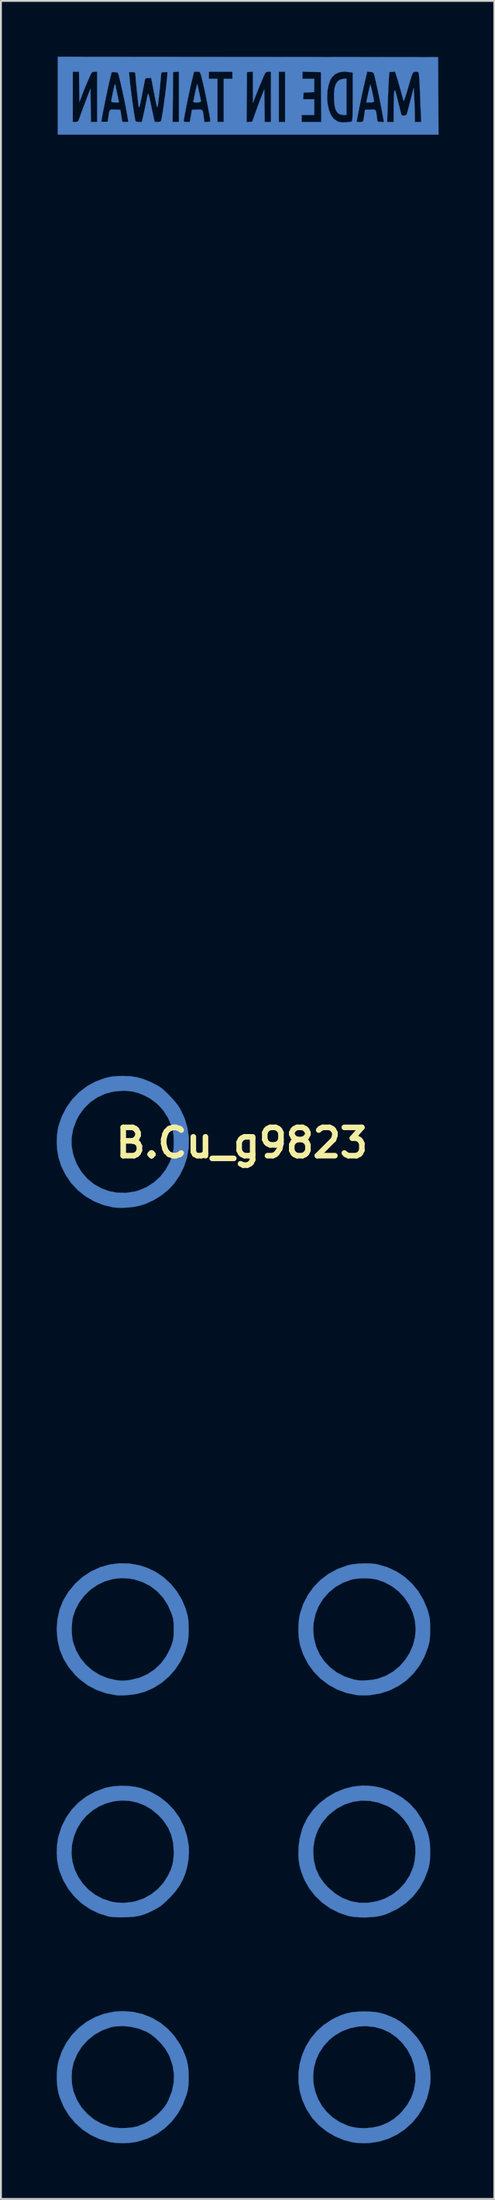
<source format=kicad_pcb>
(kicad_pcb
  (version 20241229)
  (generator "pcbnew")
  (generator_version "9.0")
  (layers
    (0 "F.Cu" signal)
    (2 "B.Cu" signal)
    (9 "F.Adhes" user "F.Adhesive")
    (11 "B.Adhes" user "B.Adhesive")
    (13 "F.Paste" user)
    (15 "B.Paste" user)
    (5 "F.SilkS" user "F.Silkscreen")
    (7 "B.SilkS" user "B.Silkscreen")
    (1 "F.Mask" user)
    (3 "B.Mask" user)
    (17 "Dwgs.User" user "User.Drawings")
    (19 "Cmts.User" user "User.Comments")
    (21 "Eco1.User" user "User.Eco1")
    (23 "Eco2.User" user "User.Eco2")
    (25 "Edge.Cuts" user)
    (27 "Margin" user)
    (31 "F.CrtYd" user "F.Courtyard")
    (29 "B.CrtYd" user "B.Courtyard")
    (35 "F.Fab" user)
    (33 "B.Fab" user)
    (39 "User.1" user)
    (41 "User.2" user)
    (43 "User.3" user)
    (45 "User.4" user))
  (footprint "B.Cu_g9823"
    (layer "F.Cu")
    (at 9.969 58.468)
    (property "Reference" "B.Cu_g9823" (at 0 0 0) (layer "F.SilkS") (effects (font (size 1.524 1.524) (thickness 0.3))))
    (attr through_hole)
    (fp_poly (pts (xy 5.63 -55.33) (xy 5.47 -55.33) (xy 5.337 -55.347) (xy 5.225 -55.39) (xy 5.216 -55.396) (xy 5.115 -55.493) (xy 5.043 -55.63) (xy 4.995 -55.82) (xy 4.968 -56.077) (xy 4.964 -56.13) (xy 4.96 -56.491) (xy 4.99 -56.778) (xy 5.057 -56.996) (xy 5.162 -57.147) (xy 5.307 -57.237) (xy 5.431 -57.266) (xy 5.63 -57.288) (xy 5.63 -55.33)) (stroke (width 0.01) (type solid)) (fill yes) (layer "B.Cu"))
    (fp_poly (pts (xy 6.928 -56.935) (xy 6.954 -56.84) (xy 6.988 -56.703) (xy 7.024 -56.542) (xy 7.059 -56.377) (xy 7.088 -56.229) (xy 7.107 -56.117) (xy 7.112 -56.069) (xy 7.087 -56.029) (xy 7.003 -56.01) (xy 6.905 -56.007) (xy 6.698 -56.007) (xy 6.798 -56.478) (xy 6.839 -56.667) (xy 6.874 -56.823) (xy 6.901 -56.928) (xy 6.914 -56.966) (xy 6.928 -56.935)) (stroke (width 0.01) (type solid)) (fill yes) (layer "B.Cu"))
    (fp_poly (pts (xy -6.815 -56.977) (xy -6.807 -56.931) (xy -6.785 -56.82) (xy -6.751 -56.66) (xy -6.714 -56.483) (xy -6.613 -56.007) (xy -6.82 -56.007) (xy -6.955 -56.015) (xy -7.019 -56.042) (xy -7.027 -56.066) (xy -7.019 -56.136) (xy -6.997 -56.261) (xy -6.966 -56.42) (xy -6.931 -56.59) (xy -6.895 -56.752) (xy -6.864 -56.882) (xy -6.842 -56.961) (xy -6.836 -56.974) (xy -6.815 -56.977) (xy -6.815 -56.977)) (stroke (width 0.01) (type solid)) (fill yes) (layer "B.Cu"))
    (fp_poly (pts (xy -2.302 -56.557) (xy -2.262 -56.37) (xy -2.229 -56.211) (xy -2.208 -56.1) (xy -2.203 -56.06) (xy -2.241 -56.024) (xy -2.36 -56.008) (xy -2.416 -56.007) (xy -2.542 -56.011) (xy -2.602 -56.027) (xy -2.613 -56.063) (xy -2.609 -56.081) (xy -2.59 -56.161) (xy -2.563 -56.293) (xy -2.54 -56.409) (xy -2.505 -56.581) (xy -2.467 -56.749) (xy -2.446 -56.833) (xy -2.4 -57.002) (xy -2.302 -56.557)) (stroke (width 0.01) (type solid)) (fill yes) (layer "B.Cu"))
    (fp_poly (pts (xy 6.784 34.602) (xy 7.177 34.646) (xy 7.532 34.725) (xy 7.885 34.85) (xy 8.149 34.969) (xy 8.621 35.238) (xy 9.027 35.559) (xy 9.373 35.937) (xy 9.665 36.378) (xy 9.779 36.597) (xy 9.92 36.907) (xy 10.019 37.18) (xy 10.084 37.442) (xy 10.12 37.722) (xy 10.133 38.048) (xy 10.133 38.185) (xy 10.13 38.438) (xy 10.12 38.632) (xy 10.101 38.792) (xy 10.07 38.944) (xy 10.023 39.114) (xy 10.018 39.129) (xy 9.816 39.658) (xy 9.547 40.137) (xy 9.214 40.561) (xy 8.821 40.928) (xy 8.371 41.234) (xy 7.866 41.477) (xy 7.599 41.572) (xy 7.351 41.63) (xy 7.047 41.669) (xy 6.712 41.688) (xy 6.372 41.687) (xy 6.054 41.666) (xy 5.783 41.623) (xy 5.745 41.614) (xy 5.228 41.441) (xy 4.75 41.198) (xy 4.318 40.891) (xy 3.938 40.526) (xy 3.616 40.111) (xy 3.358 39.651) (xy 3.17 39.152) (xy 3.089 38.82) (xy 3.04 38.371) (xy 3.046 38.142) (xy 3.84 38.142) (xy 3.874 38.622) (xy 3.979 39.06) (xy 4.16 39.463) (xy 4.419 39.839) (xy 4.632 40.072) (xy 5.014 40.402) (xy 5.42 40.65) (xy 5.848 40.817) (xy 6.298 40.902) (xy 6.769 40.905) (xy 7.259 40.826) (xy 7.26 40.826) (xy 7.704 40.676) (xy 8.112 40.454) (xy 8.475 40.167) (xy 8.786 39.823) (xy 9.037 39.43) (xy 9.219 38.994) (xy 9.228 38.968) (xy 9.306 38.621) (xy 9.343 38.244) (xy 9.336 37.872) (xy 9.298 37.598) (xy 9.165 37.164) (xy 8.961 36.755) (xy 8.697 36.383) (xy 8.38 36.06) (xy 8.021 35.798) (xy 7.829 35.695) (xy 7.367 35.516) (xy 6.899 35.419) (xy 6.433 35.403) (xy 5.977 35.467) (xy 5.537 35.609) (xy 5.121 35.827) (xy 4.736 36.122) (xy 4.611 36.241) (xy 4.309 36.606) (xy 4.079 37.011) (xy 3.926 37.452) (xy 3.849 37.924) (xy 3.84 38.142) (xy 3.046 38.142) (xy 3.052 37.891) (xy 3.122 37.405) (xy 3.248 36.937) (xy 3.317 36.753) (xy 3.542 36.308) (xy 3.836 35.9) (xy 4.189 35.537) (xy 4.592 35.224) (xy 5.033 34.967) (xy 5.505 34.773) (xy 5.996 34.647) (xy 6.497 34.596) (xy 6.784 34.602)) (stroke (width 0.01) (type solid)) (fill yes) (layer "B.Cu"))
    (fp_poly (pts (xy 6.909 46.764) (xy 7.179 46.785) (xy 7.419 46.827) (xy 7.656 46.893) (xy 7.919 46.989) (xy 7.965 47.007) (xy 8.269 47.146) (xy 8.542 47.311) (xy 8.808 47.517) (xy 9.083 47.773) (xy 9.434 48.163) (xy 9.707 48.565) (xy 9.911 48.995) (xy 10.053 49.466) (xy 10.096 49.684) (xy 10.144 50.026) (xy 10.156 50.335) (xy 10.134 50.65) (xy 10.094 50.911) (xy 9.963 51.427) (xy 9.759 51.909) (xy 9.49 52.351) (xy 9.162 52.746) (xy 8.782 53.09) (xy 8.357 53.376) (xy 7.894 53.599) (xy 7.399 53.754) (xy 6.88 53.833) (xy 6.569 53.843) (xy 6.371 53.837) (xy 6.178 53.824) (xy 6.027 53.808) (xy 6.004 53.805) (xy 5.504 53.679) (xy 5.021 53.479) (xy 4.568 53.212) (xy 4.16 52.887) (xy 3.81 52.512) (xy 3.779 52.472) (xy 3.485 52.024) (xy 3.267 51.552) (xy 3.123 51.062) (xy 3.05 50.564) (xy 3.049 50.225) (xy 3.835 50.225) (xy 3.86 50.646) (xy 3.947 51.059) (xy 4.096 51.455) (xy 4.303 51.825) (xy 4.568 52.163) (xy 4.887 52.459) (xy 5.26 52.706) (xy 5.683 52.896) (xy 5.893 52.961) (xy 6.245 53.024) (xy 6.634 53.038) (xy 7.028 53.004) (xy 7.396 52.925) (xy 7.522 52.883) (xy 7.874 52.73) (xy 8.18 52.54) (xy 8.469 52.297) (xy 8.608 52.156) (xy 8.902 51.786) (xy 9.122 51.386) (xy 9.268 50.963) (xy 9.341 50.527) (xy 9.341 50.086) (xy 9.269 49.648) (xy 9.126 49.222) (xy 8.913 48.817) (xy 8.629 48.442) (xy 8.324 48.145) (xy 7.96 47.889) (xy 7.561 47.704) (xy 7.135 47.589) (xy 6.695 47.543) (xy 6.25 47.565) (xy 5.813 47.657) (xy 5.392 47.816) (xy 5.001 48.044) (xy 4.727 48.263) (xy 4.407 48.609) (xy 4.16 48.986) (xy 3.983 49.386) (xy 3.876 49.802) (xy 3.835 50.225) (xy 3.049 50.225) (xy 3.048 50.064) (xy 3.115 49.57) (xy 3.248 49.091) (xy 3.446 48.635) (xy 3.707 48.208) (xy 4.029 47.819) (xy 4.411 47.476) (xy 4.85 47.187) (xy 5.02 47.098) (xy 5.335 46.958) (xy 5.627 46.86) (xy 5.925 46.798) (xy 6.254 46.766) (xy 6.583 46.758) (xy 6.909 46.764)) (stroke (width 0.01) (type solid)) (fill yes) (layer "B.Cu"))
    (fp_poly (pts (xy -6.063 22.643) (xy -5.531 22.736) (xy -5.114 22.868) (xy -4.645 23.09) (xy -4.215 23.383) (xy -3.831 23.737) (xy -3.499 24.145) (xy -3.226 24.598) (xy -3.021 25.087) (xy -2.917 25.463) (xy -2.886 25.671) (xy -2.869 25.934) (xy -2.864 26.221) (xy -2.872 26.505) (xy -2.893 26.756) (xy -2.917 26.903) (xy -3.069 27.413) (xy -3.291 27.891) (xy -3.577 28.329) (xy -3.919 28.72) (xy -4.311 29.056) (xy -4.746 29.332) (xy -5.215 29.539) (xy -5.624 29.653) (xy -5.84 29.689) (xy -6.088 29.718) (xy -6.339 29.736) (xy -6.564 29.742) (xy -6.731 29.734) (xy -7.292 29.629) (xy -7.81 29.452) (xy -8.285 29.203) (xy -8.719 28.879) (xy -8.958 28.653) (xy -9.317 28.227) (xy -9.597 27.771) (xy -9.798 27.285) (xy -9.92 26.768) (xy -9.964 26.219) (xy -9.964 26.183) (xy -9.955 26.062) (xy -9.157 26.062) (xy -9.154 26.386) (xy -9.124 26.687) (xy -9.085 26.878) (xy -8.92 27.328) (xy -8.687 27.736) (xy -8.393 28.095) (xy -8.044 28.399) (xy -7.65 28.642) (xy -7.216 28.819) (xy -6.751 28.924) (xy -6.464 28.95) (xy -6.338 28.946) (xy -6.168 28.932) (xy -5.998 28.91) (xy -5.531 28.798) (xy -5.1 28.611) (xy -4.712 28.356) (xy -4.372 28.037) (xy -4.086 27.659) (xy -3.859 27.227) (xy -3.783 27.029) (xy -3.731 26.868) (xy -3.697 26.728) (xy -3.677 26.581) (xy -3.668 26.402) (xy -3.666 26.183) (xy -3.668 25.95) (xy -3.678 25.774) (xy -3.699 25.629) (xy -3.734 25.488) (xy -3.783 25.337) (xy -3.985 24.877) (xy -4.247 24.473) (xy -4.567 24.129) (xy -4.939 23.848) (xy -5.361 23.634) (xy -5.827 23.491) (xy -6.032 23.453) (xy -6.491 23.424) (xy -6.94 23.475) (xy -7.371 23.599) (xy -7.775 23.792) (xy -8.145 24.046) (xy -8.471 24.358) (xy -8.746 24.721) (xy -8.961 25.131) (xy -9.085 25.488) (xy -9.134 25.752) (xy -9.157 26.062) (xy -9.955 26.062) (xy -9.925 25.632) (xy -9.808 25.113) (xy -9.612 24.625) (xy -9.337 24.168) (xy -8.983 23.74) (xy -8.958 23.714) (xy -8.549 23.35) (xy -8.101 23.058) (xy -7.62 22.84) (xy -7.115 22.697) (xy -6.594 22.631) (xy -6.063 22.643)) (stroke (width 0.01) (type solid)) (fill yes) (layer "B.Cu"))
    (fp_poly (pts (xy -5.868 46.777) (xy -5.346 46.896) (xy -4.856 47.09) (xy -4.402 47.354) (xy -3.992 47.685) (xy -3.632 48.078) (xy -3.328 48.529) (xy -3.179 48.817) (xy -3.047 49.126) (xy -2.955 49.407) (xy -2.898 49.687) (xy -2.87 49.996) (xy -2.865 50.313) (xy -2.868 50.565) (xy -2.879 50.76) (xy -2.901 50.923) (xy -2.936 51.083) (xy -2.979 51.236) (xy -3.18 51.767) (xy -3.445 52.248) (xy -3.77 52.675) (xy -4.151 53.042) (xy -4.582 53.347) (xy -5.06 53.585) (xy -5.58 53.751) (xy -5.75 53.788) (xy -6.07 53.829) (xy -6.428 53.842) (xy -6.786 53.827) (xy -7.105 53.784) (xy -7.133 53.778) (xy -7.656 53.625) (xy -8.141 53.398) (xy -8.584 53.104) (xy -8.977 52.749) (xy -9.316 52.339) (xy -9.593 51.879) (xy -9.803 51.375) (xy -9.868 51.158) (xy -9.929 50.835) (xy -9.959 50.465) (xy -9.958 50.278) (xy -9.165 50.278) (xy -9.143 50.671) (xy -9.071 51.03) (xy -9.064 51.054) (xy -8.885 51.502) (xy -8.637 51.908) (xy -8.327 52.264) (xy -7.962 52.563) (xy -7.55 52.798) (xy -7.103 52.961) (xy -6.841 53.01) (xy -6.536 53.032) (xy -6.216 53.028) (xy -5.91 52.999) (xy -5.648 52.945) (xy -5.576 52.923) (xy -5.21 52.77) (xy -4.893 52.584) (xy -4.595 52.346) (xy -4.461 52.22) (xy -4.283 52.034) (xy -4.15 51.873) (xy -4.044 51.709) (xy -3.946 51.52) (xy -3.764 51.053) (xy -3.667 50.588) (xy -3.654 50.125) (xy -3.726 49.662) (xy -3.883 49.2) (xy -3.944 49.064) (xy -4.122 48.764) (xy -4.357 48.468) (xy -4.628 48.197) (xy -4.916 47.972) (xy -5.142 47.839) (xy -5.556 47.676) (xy -5.992 47.574) (xy -6.431 47.536) (xy -6.852 47.564) (xy -7.05 47.604) (xy -7.501 47.761) (xy -7.915 47.99) (xy -8.285 48.283) (xy -8.602 48.632) (xy -8.858 49.031) (xy -9.045 49.471) (xy -9.064 49.53) (xy -9.139 49.886) (xy -9.165 50.278) (xy -9.958 50.278) (xy -9.957 50.081) (xy -9.925 49.714) (xy -9.868 49.424) (xy -9.689 48.906) (xy -9.442 48.43) (xy -9.134 48.003) (xy -8.77 47.63) (xy -8.358 47.314) (xy -7.904 47.062) (xy -7.414 46.879) (xy -6.895 46.768) (xy -6.413 46.736) (xy -5.868 46.777)) (stroke (width 0.01) (type solid)) (fill yes) (layer "B.Cu"))
    (fp_poly (pts (xy -6.147 34.616) (xy -5.756 34.66) (xy -5.44 34.731) (xy -4.918 34.93) (xy -4.444 35.196) (xy -4.022 35.524) (xy -3.656 35.907) (xy -3.352 36.341) (xy -3.115 36.82) (xy -2.947 37.338) (xy -2.855 37.89) (xy -2.854 37.901) (xy -2.848 38.226) (xy -2.879 38.59) (xy -2.943 38.959) (xy -3.032 39.285) (xy -3.171 39.643) (xy -3.344 39.966) (xy -3.564 40.275) (xy -3.846 40.592) (xy -3.916 40.663) (xy -4.111 40.854) (xy -4.271 40.997) (xy -4.418 41.109) (xy -4.574 41.205) (xy -4.72 41.284) (xy -5.018 41.428) (xy -5.276 41.533) (xy -5.52 41.604) (xy -5.776 41.649) (xy -6.071 41.673) (xy -6.308 41.681) (xy -6.649 41.683) (xy -6.917 41.672) (xy -7.125 41.647) (xy -7.186 41.634) (xy -7.7 41.475) (xy -8.179 41.242) (xy -8.615 40.942) (xy -9.003 40.581) (xy -9.336 40.166) (xy -9.608 39.703) (xy -9.812 39.198) (xy -9.867 39.01) (xy -9.934 38.652) (xy -9.961 38.251) (xy -9.961 38.237) (xy -9.172 38.237) (xy -9.122 38.683) (xy -8.999 39.11) (xy -8.809 39.51) (xy -8.559 39.876) (xy -8.255 40.199) (xy -7.901 40.471) (xy -7.505 40.685) (xy -7.072 40.833) (xy -6.767 40.891) (xy -6.341 40.91) (xy -5.895 40.86) (xy -5.736 40.826) (xy -5.295 40.676) (xy -4.888 40.454) (xy -4.523 40.165) (xy -4.212 39.818) (xy -3.963 39.421) (xy -3.957 39.41) (xy -3.823 39.117) (xy -3.735 38.849) (xy -3.685 38.572) (xy -3.665 38.255) (xy -3.664 38.163) (xy -3.696 37.685) (xy -3.8 37.249) (xy -3.978 36.846) (xy -4.234 36.469) (xy -4.483 36.194) (xy -4.844 35.89) (xy -5.232 35.661) (xy -5.638 35.504) (xy -6.056 35.417) (xy -6.476 35.397) (xy -6.893 35.441) (xy -7.297 35.548) (xy -7.682 35.713) (xy -8.039 35.935) (xy -8.362 36.211) (xy -8.641 36.538) (xy -8.87 36.914) (xy -9.042 37.336) (xy -9.144 37.779) (xy -9.172 38.237) (xy -9.961 38.237) (xy -9.95 37.841) (xy -9.899 37.454) (xy -9.872 37.334) (xy -9.702 36.807) (xy -9.461 36.323) (xy -9.154 35.887) (xy -8.786 35.505) (xy -8.362 35.18) (xy -7.887 34.919) (xy -7.366 34.725) (xy -7.303 34.708) (xy -6.952 34.64) (xy -6.556 34.609) (xy -6.147 34.616)) (stroke (width 0.01) (type solid)) (fill yes) (layer "B.Cu"))
    (fp_poly (pts (xy -5.987 -3.584) (xy -5.636 -3.529) (xy -5.29 -3.429) (xy -4.923 -3.278) (xy -4.784 -3.211) (xy -4.593 -3.114) (xy -4.442 -3.027) (xy -4.309 -2.932) (xy -4.172 -2.815) (xy -4.01 -2.66) (xy -3.916 -2.565) (xy -3.647 -2.278) (xy -3.444 -2.023) (xy -3.315 -1.82) (xy -3.082 -1.321) (xy -2.93 -0.805) (xy -2.857 -0.28) (xy -2.864 0.247) (xy -2.949 0.768) (xy -3.112 1.275) (xy -3.353 1.76) (xy -3.652 2.194) (xy -3.967 2.53) (xy -4.345 2.833) (xy -4.765 3.091) (xy -5.208 3.289) (xy -5.522 3.387) (xy -5.806 3.443) (xy -6.128 3.479) (xy -6.454 3.495) (xy -6.753 3.488) (xy -6.92 3.469) (xy -7.448 3.346) (xy -7.944 3.148) (xy -8.402 2.884) (xy -8.814 2.558) (xy -9.174 2.177) (xy -9.475 1.747) (xy -9.71 1.275) (xy -9.869 0.783) (xy -9.936 0.394) (xy -9.962 -0.025) (xy -9.952 -0.289) (xy -9.165 -0.289) (xy -9.165 0.169) (xy -9.08 0.628) (xy -8.91 1.087) (xy -8.867 1.178) (xy -8.621 1.583) (xy -8.318 1.932) (xy -7.967 2.219) (xy -7.575 2.443) (xy -7.152 2.599) (xy -6.705 2.683) (xy -6.244 2.693) (xy -5.777 2.624) (xy -5.558 2.563) (xy -5.13 2.384) (xy -4.74 2.133) (xy -4.396 1.82) (xy -4.106 1.453) (xy -3.879 1.041) (xy -3.781 0.786) (xy -3.729 0.62) (xy -3.696 0.472) (xy -3.677 0.316) (xy -3.669 0.124) (xy -3.668 -0.064) (xy -3.67 -0.3) (xy -3.681 -0.478) (xy -3.702 -0.625) (xy -3.738 -0.768) (xy -3.779 -0.894) (xy -3.979 -1.357) (xy -4.238 -1.76) (xy -4.556 -2.102) (xy -4.934 -2.385) (xy -5.261 -2.559) (xy -5.584 -2.689) (xy -5.887 -2.767) (xy -6.209 -2.803) (xy -6.413 -2.808) (xy -6.895 -2.766) (xy -7.351 -2.648) (xy -7.772 -2.456) (xy -8.153 -2.195) (xy -8.486 -1.872) (xy -8.763 -1.488) (xy -8.912 -1.206) (xy -9.081 -0.747) (xy -9.165 -0.289) (xy -9.952 -0.289) (xy -9.946 -0.441) (xy -9.888 -0.823) (xy -9.867 -0.91) (xy -9.688 -1.43) (xy -9.44 -1.909) (xy -9.13 -2.341) (xy -8.762 -2.721) (xy -8.344 -3.041) (xy -7.882 -3.297) (xy -7.382 -3.483) (xy -7.07 -3.557) (xy -6.927 -3.576) (xy -6.73 -3.59) (xy -6.509 -3.599) (xy -6.371 -3.601) (xy -5.987 -3.584)) (stroke (width 0.01) (type solid)) (fill yes) (layer "B.Cu"))
    (fp_poly (pts (xy 6.965 22.644) (xy 7.241 22.675) (xy 7.303 22.687) (xy 7.83 22.843) (xy 8.32 23.071) (xy 8.764 23.366) (xy 9.159 23.724) (xy 9.498 24.139) (xy 9.777 24.606) (xy 9.988 25.12) (xy 10.016 25.209) (xy 10.064 25.378) (xy 10.097 25.524) (xy 10.117 25.673) (xy 10.128 25.848) (xy 10.131 26.074) (xy 10.132 26.183) (xy 10.13 26.436) (xy 10.122 26.629) (xy 10.106 26.785) (xy 10.079 26.93) (xy 10.037 27.086) (xy 10.016 27.157) (xy 9.817 27.679) (xy 9.552 28.153) (xy 9.227 28.573) (xy 8.849 28.937) (xy 8.421 29.238) (xy 7.951 29.472) (xy 7.444 29.636) (xy 6.906 29.724) (xy 6.792 29.732) (xy 6.578 29.738) (xy 6.357 29.734) (xy 6.169 29.72) (xy 6.141 29.717) (xy 5.608 29.602) (xy 5.107 29.412) (xy 4.644 29.153) (xy 4.226 28.831) (xy 3.859 28.451) (xy 3.549 28.02) (xy 3.305 27.543) (xy 3.132 27.03) (xy 3.072 26.696) (xy 3.044 26.318) (xy 3.046 26.183) (xy 3.839 26.183) (xy 3.879 26.662) (xy 3.996 27.113) (xy 4.183 27.529) (xy 4.436 27.905) (xy 4.749 28.233) (xy 5.116 28.51) (xy 5.533 28.726) (xy 5.994 28.878) (xy 6.244 28.928) (xy 6.404 28.94) (xy 6.617 28.936) (xy 6.853 28.919) (xy 7.083 28.891) (xy 7.278 28.855) (xy 7.301 28.849) (xy 7.734 28.694) (xy 8.13 28.468) (xy 8.483 28.181) (xy 8.786 27.841) (xy 9.031 27.458) (xy 9.212 27.04) (xy 9.323 26.596) (xy 9.356 26.183) (xy 9.315 25.72) (xy 9.196 25.276) (xy 9.007 24.861) (xy 8.753 24.482) (xy 8.441 24.147) (xy 8.078 23.866) (xy 7.669 23.645) (xy 7.278 23.509) (xy 7.015 23.461) (xy 6.706 23.439) (xy 6.384 23.443) (xy 6.083 23.472) (xy 5.888 23.512) (xy 5.438 23.676) (xy 5.032 23.908) (xy 4.676 24.2) (xy 4.375 24.545) (xy 4.135 24.935) (xy 3.963 25.362) (xy 3.863 25.82) (xy 3.839 26.183) (xy 3.046 26.183) (xy 3.049 25.928) (xy 3.087 25.56) (xy 3.132 25.337) (xy 3.307 24.816) (xy 3.554 24.337) (xy 3.866 23.904) (xy 4.239 23.523) (xy 4.666 23.2) (xy 5.141 22.941) (xy 5.66 22.751) (xy 5.736 22.73) (xy 6.001 22.678) (xy 6.314 22.647) (xy 6.646 22.635) (xy 6.965 22.644)) (stroke (width 0.01) (type solid)) (fill yes) (layer "B.Cu"))
    (fp_poly (pts (xy 0.328 -58.452) (xy 10.562 -58.441) (xy 10.573 -56.356) (xy 10.584 -54.271) (xy -9.906 -54.271) (xy -9.906 -54.943) (xy 0.253 -54.943) (xy 0.406 -54.957) (xy 0.56 -54.97) (xy 0.74 -55.478) (xy 0.826 -55.716) (xy 0.918 -55.967) (xy 1.005 -56.198) (xy 1.063 -56.346) (xy 1.206 -56.706) (xy 1.218 -55.827) (xy 1.229 -54.949) (xy 1.566 -54.949) (xy 1.566 -57.658) (xy 1.99 -57.658) (xy 1.99 -54.949) (xy 2.328 -54.949) (xy 2.328 -55.33) (xy 3.217 -55.33) (xy 3.217 -54.949) (xy 4.277 -54.949) (xy 4.266 -56.281) (xy 4.588 -56.281) (xy 4.61 -55.958) (xy 4.682 -55.606) (xy 4.794 -55.328) (xy 4.946 -55.123) (xy 5.139 -54.989) (xy 5.265 -54.945) (xy 5.384 -54.931) (xy 5.548 -54.931) (xy 5.72 -54.942) (xy 5.831 -54.959) (xy 6.181 -54.959) (xy 6.218 -54.953) (xy 6.312 -54.949) (xy 6.349 -54.949) (xy 6.463 -54.957) (xy 6.519 -54.991) (xy 6.54 -55.044) (xy 6.558 -55.14) (xy 6.581 -55.281) (xy 6.594 -55.372) (xy 6.626 -55.605) (xy 6.91 -55.617) (xy 7.047 -55.623) (xy 7.136 -55.616) (xy 7.191 -55.582) (xy 7.224 -55.506) (xy 7.248 -55.373) (xy 7.271 -55.203) (xy 7.303 -54.97) (xy 7.476 -54.957) (xy 7.649 -54.944) (xy 7.648 -54.949) (xy 7.82 -54.949) (xy 8.17 -54.949) (xy 8.173 -55.679) (xy 8.175 -55.933) (xy 8.181 -56.169) (xy 8.189 -56.37) (xy 8.198 -56.517) (xy 8.205 -56.578) (xy 8.218 -56.636) (xy 8.232 -56.657) (xy 8.25 -56.634) (xy 8.277 -56.558) (xy 8.315 -56.42) (xy 8.368 -56.213) (xy 8.398 -56.092) (xy 8.455 -55.862) (xy 8.506 -55.658) (xy 8.546 -55.495) (xy 8.573 -55.388) (xy 8.581 -55.359) (xy 8.621 -55.305) (xy 8.713 -55.294) (xy 8.734 -55.296) (xy 8.818 -55.313) (xy 8.869 -55.36) (xy 8.906 -55.461) (xy 8.916 -55.499) (xy 8.945 -55.613) (xy 8.99 -55.786) (xy 9.044 -55.996) (xy 9.102 -56.22) (xy 9.107 -56.24) (xy 9.25 -56.79) (xy 9.276 -56.303) (xy 9.288 -56.048) (xy 9.298 -55.766) (xy 9.306 -55.501) (xy 9.308 -55.383) (xy 9.313 -54.949) (xy 9.658 -54.949) (xy 9.635 -55.425) (xy 9.624 -55.649) (xy 9.612 -55.926) (xy 9.601 -56.223) (xy 9.59 -56.507) (xy 9.588 -56.557) (xy 9.578 -56.805) (xy 9.567 -57.042) (xy 9.555 -57.246) (xy 9.544 -57.396) (xy 9.54 -57.436) (xy 9.523 -57.565) (xy 9.499 -57.631) (xy 9.451 -57.655) (xy 9.371 -57.658) (xy 9.314 -57.657) (xy 9.268 -57.647) (xy 9.228 -57.618) (xy 9.191 -57.561) (xy 9.15 -57.465) (xy 9.102 -57.32) (xy 9.041 -57.117) (xy 8.962 -56.845) (xy 8.935 -56.748) (xy 8.868 -56.521) (xy 8.807 -56.331) (xy 8.757 -56.188) (xy 8.722 -56.105) (xy 8.706 -56.092) (xy 8.686 -56.156) (xy 8.65 -56.283) (xy 8.603 -56.455) (xy 8.552 -56.642) (xy 8.49 -56.866) (xy 8.426 -57.091) (xy 8.368 -57.286) (xy 8.334 -57.396) (xy 8.247 -57.663) (xy 8.092 -57.65) (xy 7.938 -57.637) (xy 7.91 -57.256) (xy 7.901 -57.098) (xy 7.89 -56.874) (xy 7.878 -56.604) (xy 7.866 -56.307) (xy 7.855 -56.001) (xy 7.852 -55.912) (xy 7.82 -54.949) (xy 7.648 -54.949) (xy 7.548 -55.507) (xy 7.506 -55.731) (xy 7.453 -55.999) (xy 7.393 -56.294) (xy 7.329 -56.596) (xy 7.265 -56.889) (xy 7.206 -57.152) (xy 7.156 -57.368) (xy 7.12 -57.51) (xy 7.085 -57.594) (xy 7.024 -57.634) (xy 6.916 -57.649) (xy 6.747 -57.662) (xy 6.589 -56.993) (xy 6.548 -56.815) (xy 6.5 -56.592) (xy 6.446 -56.341) (xy 6.391 -56.074) (xy 6.337 -55.806) (xy 6.287 -55.552) (xy 6.243 -55.325) (xy 6.209 -55.141) (xy 6.187 -55.013) (xy 6.181 -54.959) (xy 5.831 -54.959) (xy 5.863 -54.964) (xy 5.912 -54.978) (xy 5.929 -54.999) (xy 5.942 -55.053) (xy 5.952 -55.149) (xy 5.959 -55.293) (xy 5.964 -55.495) (xy 5.967 -55.761) (xy 5.969 -56.1) (xy 5.969 -56.303) (xy 5.969 -57.605) (xy 5.837 -57.632) (xy 5.518 -57.665) (xy 5.245 -57.63) (xy 5.02 -57.527) (xy 4.845 -57.356) (xy 4.766 -57.224) (xy 4.668 -56.952) (xy 4.607 -56.629) (xy 4.588 -56.281) (xy 4.266 -56.281) (xy 4.266 -56.293) (xy 4.255 -57.637) (xy 3.757 -57.649) (xy 3.26 -57.661) (xy 3.26 -57.277) (xy 3.895 -57.277) (xy 3.895 -56.561) (xy 3.323 -56.536) (xy 3.31 -56.356) (xy 3.297 -56.176) (xy 3.895 -56.176) (xy 3.895 -55.33) (xy 3.217 -55.33) (xy 2.328 -55.33) (xy 2.328 -57.658) (xy 1.99 -57.658) (xy 1.566 -57.658) (xy 1.422 -57.658) (xy 1.36 -57.656) (xy 1.312 -57.639) (xy 1.269 -57.596) (xy 1.222 -57.513) (xy 1.16 -57.376) (xy 1.086 -57.203) (xy 0.989 -56.97) (xy 0.886 -56.717) (xy 0.791 -56.482) (xy 0.746 -56.367) (xy 0.598 -55.986) (xy 0.593 -57.663) (xy 0.275 -57.637) (xy 0.264 -56.29) (xy 0.253 -54.943) (xy -9.906 -54.943) (xy -9.906 -57.658) (xy -9.102 -57.658) (xy -9.102 -54.949) (xy -8.957 -54.949) (xy -8.879 -54.953) (xy -8.827 -54.979) (xy -8.786 -55.044) (xy -8.74 -55.167) (xy -8.724 -55.213) (xy -8.677 -55.347) (xy -8.607 -55.539) (xy -8.523 -55.766) (xy -8.432 -56.008) (xy -8.392 -56.113) (xy -8.149 -56.748) (xy -8.138 -55.848) (xy -8.126 -54.949) (xy -7.789 -54.949) (xy -7.789 -54.989) (xy -7.564 -54.989) (xy -7.54 -54.957) (xy -7.462 -54.953) (xy -7.398 -54.957) (xy -7.219 -54.97) (xy -7.187 -55.203) (xy -7.16 -55.395) (xy -7.136 -55.519) (xy -7.1 -55.589) (xy -7.041 -55.618) (xy -6.946 -55.623) (xy -6.825 -55.617) (xy -6.54 -55.605) (xy -6.49 -55.287) (xy -6.466 -55.135) (xy -6.447 -55.019) (xy -6.438 -54.962) (xy -6.437 -54.959) (xy -6.398 -54.953) (xy -6.303 -54.949) (xy -6.271 -54.949) (xy -6.107 -54.949) (xy -6.209 -55.531) (xy -6.255 -55.78) (xy -6.314 -56.079) (xy -6.383 -56.405) (xy -6.455 -56.735) (xy -6.526 -57.048) (xy -6.59 -57.319) (xy -6.639 -57.51) (xy -6.672 -57.593) (xy -6.728 -57.629) (xy -6.837 -57.637) (xy -6.84 -57.637) (xy -6.075 -57.637) (xy -6.062 -57.468) (xy -6.045 -57.279) (xy -6.02 -57.039) (xy -5.987 -56.763) (xy -5.95 -56.465) (xy -5.91 -56.16) (xy -5.869 -55.862) (xy -5.829 -55.587) (xy -5.792 -55.348) (xy -5.76 -55.16) (xy -5.735 -55.039) (xy -5.731 -55.023) (xy -5.687 -54.97) (xy -5.584 -54.949) (xy -5.547 -54.949) (xy -5.384 -54.949) (xy -5.3 -55.319) (xy -5.249 -55.548) (xy -5.195 -55.803) (xy -5.148 -56.033) (xy -5.145 -56.049) (xy -5.111 -56.221) (xy -5.08 -56.364) (xy -5.057 -56.457) (xy -5.052 -56.473) (xy -5.035 -56.46) (xy -5.007 -56.378) (xy -4.971 -56.24) (xy -4.933 -56.071) (xy -4.885 -55.838) (xy -4.833 -55.594) (xy -4.786 -55.376) (xy -4.764 -55.277) (xy -4.691 -54.949) (xy -4.528 -54.949) (xy -3.727 -54.949) (xy -3.387 -54.949) (xy -3.387 -54.987) (xy -3.133 -54.987) (xy -3.095 -54.963) (xy -3.002 -54.949) (xy -2.968 -54.949) (xy -2.803 -54.949) (xy -2.745 -55.277) (xy -2.688 -55.605) (xy -2.407 -55.617) (xy -2.272 -55.623) (xy -2.183 -55.615) (xy -2.128 -55.579) (xy -2.095 -55.501) (xy -2.073 -55.367) (xy -2.051 -55.192) (xy -2.022 -54.949) (xy -1.858 -54.949) (xy -1.739 -54.961) (xy -1.694 -55.001) (xy -1.693 -55.008) (xy -1.702 -55.081) (xy -1.724 -55.221) (xy -1.759 -55.414) (xy -1.802 -55.645) (xy -1.85 -55.899) (xy -1.902 -56.16) (xy -1.953 -56.413) (xy -2.002 -56.644) (xy -2.045 -56.838) (xy -2.054 -56.879) (xy -2.118 -57.15) (xy -2.166 -57.35) (xy -2.203 -57.49) (xy -2.235 -57.579) (xy -2.266 -57.63) (xy -2.301 -57.653) (xy -2.339 -57.658) (xy -1.778 -57.658) (xy -1.778 -57.277) (xy -1.312 -57.277) (xy -1.312 -54.949) (xy -0.974 -54.949) (xy -0.974 -57.277) (xy -0.508 -57.277) (xy -0.508 -57.658) (xy -1.778 -57.658) (xy -2.339 -57.658) (xy -2.346 -57.659) (xy -2.404 -57.658) (xy -2.411 -57.658) (xy -2.575 -57.658) (xy -2.725 -57.034) (xy -2.77 -56.84) (xy -2.821 -56.605) (xy -2.876 -56.345) (xy -2.932 -56.072) (xy -2.987 -55.801) (xy -3.036 -55.547) (xy -3.079 -55.324) (xy -3.11 -55.145) (xy -3.129 -55.026) (xy -3.133 -54.987) (xy -3.387 -54.987) (xy -3.387 -57.663) (xy -3.704 -57.637) (xy -3.715 -56.293) (xy -3.727 -54.949) (xy -4.528 -54.949) (xy -4.408 -54.962) (xy -4.351 -55.006) (xy -4.345 -55.023) (xy -4.318 -55.138) (xy -4.285 -55.322) (xy -4.247 -55.561) (xy -4.206 -55.84) (xy -4.164 -56.144) (xy -4.123 -56.457) (xy -4.085 -56.766) (xy -4.053 -57.055) (xy -4.027 -57.31) (xy -4.013 -57.468) (xy -4.001 -57.637) (xy -4.17 -57.637) (xy -4.279 -57.632) (xy -4.329 -57.602) (xy -4.347 -57.527) (xy -4.35 -57.489) (xy -4.364 -57.319) (xy -4.384 -57.103) (xy -4.408 -56.859) (xy -4.434 -56.604) (xy -4.46 -56.357) (xy -4.485 -56.136) (xy -4.506 -55.959) (xy -4.521 -55.843) (xy -4.524 -55.825) (xy -4.536 -55.772) (xy -4.55 -55.754) (xy -4.567 -55.78) (xy -4.589 -55.857) (xy -4.621 -55.994) (xy -4.662 -56.198) (xy -4.717 -56.477) (xy -4.718 -56.483) (xy -4.88 -57.319) (xy -5.04 -57.319) (xy -5.148 -57.311) (xy -5.2 -57.275) (xy -5.223 -57.203) (xy -5.238 -57.124) (xy -5.266 -56.977) (xy -5.304 -56.781) (xy -5.348 -56.551) (xy -5.383 -56.369) (xy -5.434 -56.107) (xy -5.474 -55.922) (xy -5.504 -55.806) (xy -5.526 -55.752) (xy -5.543 -55.753) (xy -5.55 -55.776) (xy -5.564 -55.856) (xy -5.582 -56.002) (xy -5.605 -56.2) (xy -5.63 -56.43) (xy -5.656 -56.678) (xy -5.68 -56.925) (xy -5.701 -57.154) (xy -5.718 -57.349) (xy -5.726 -57.468) (xy -5.737 -57.576) (xy -5.77 -57.624) (xy -5.85 -57.636) (xy -5.905 -57.637) (xy -6.075 -57.637) (xy -6.84 -57.637) (xy -7.006 -57.637) (xy -7.103 -57.256) (xy -7.138 -57.111) (xy -7.185 -56.9) (xy -7.24 -56.64) (xy -7.301 -56.348) (xy -7.364 -56.042) (xy -7.426 -55.738) (xy -7.482 -55.454) (xy -7.529 -55.206) (xy -7.555 -55.063) (xy -7.564 -54.989) (xy -7.789 -54.989) (xy -7.789 -57.658) (xy -7.933 -57.658) (xy -7.997 -57.655) (xy -8.045 -57.638) (xy -8.089 -57.593) (xy -8.139 -57.506) (xy -8.204 -57.364) (xy -8.266 -57.224) (xy -8.364 -56.995) (xy -8.467 -56.743) (xy -8.561 -56.508) (xy -8.599 -56.411) (xy -8.742 -56.031) (xy -8.753 -56.845) (xy -8.765 -57.658) (xy -9.102 -57.658) (xy -9.906 -57.658) (xy -9.906 -58.463) (xy 0.328 -58.452)) (stroke (width 0.01) (type solid)) (fill yes) (layer "B.Cu")))
  (gr_rect
    (start -3 -3)
    (end 23.558 115.316)
    (stroke (width 0.1) (type default))
    (fill no)
    (layer "Edge.Cuts")))
</source>
